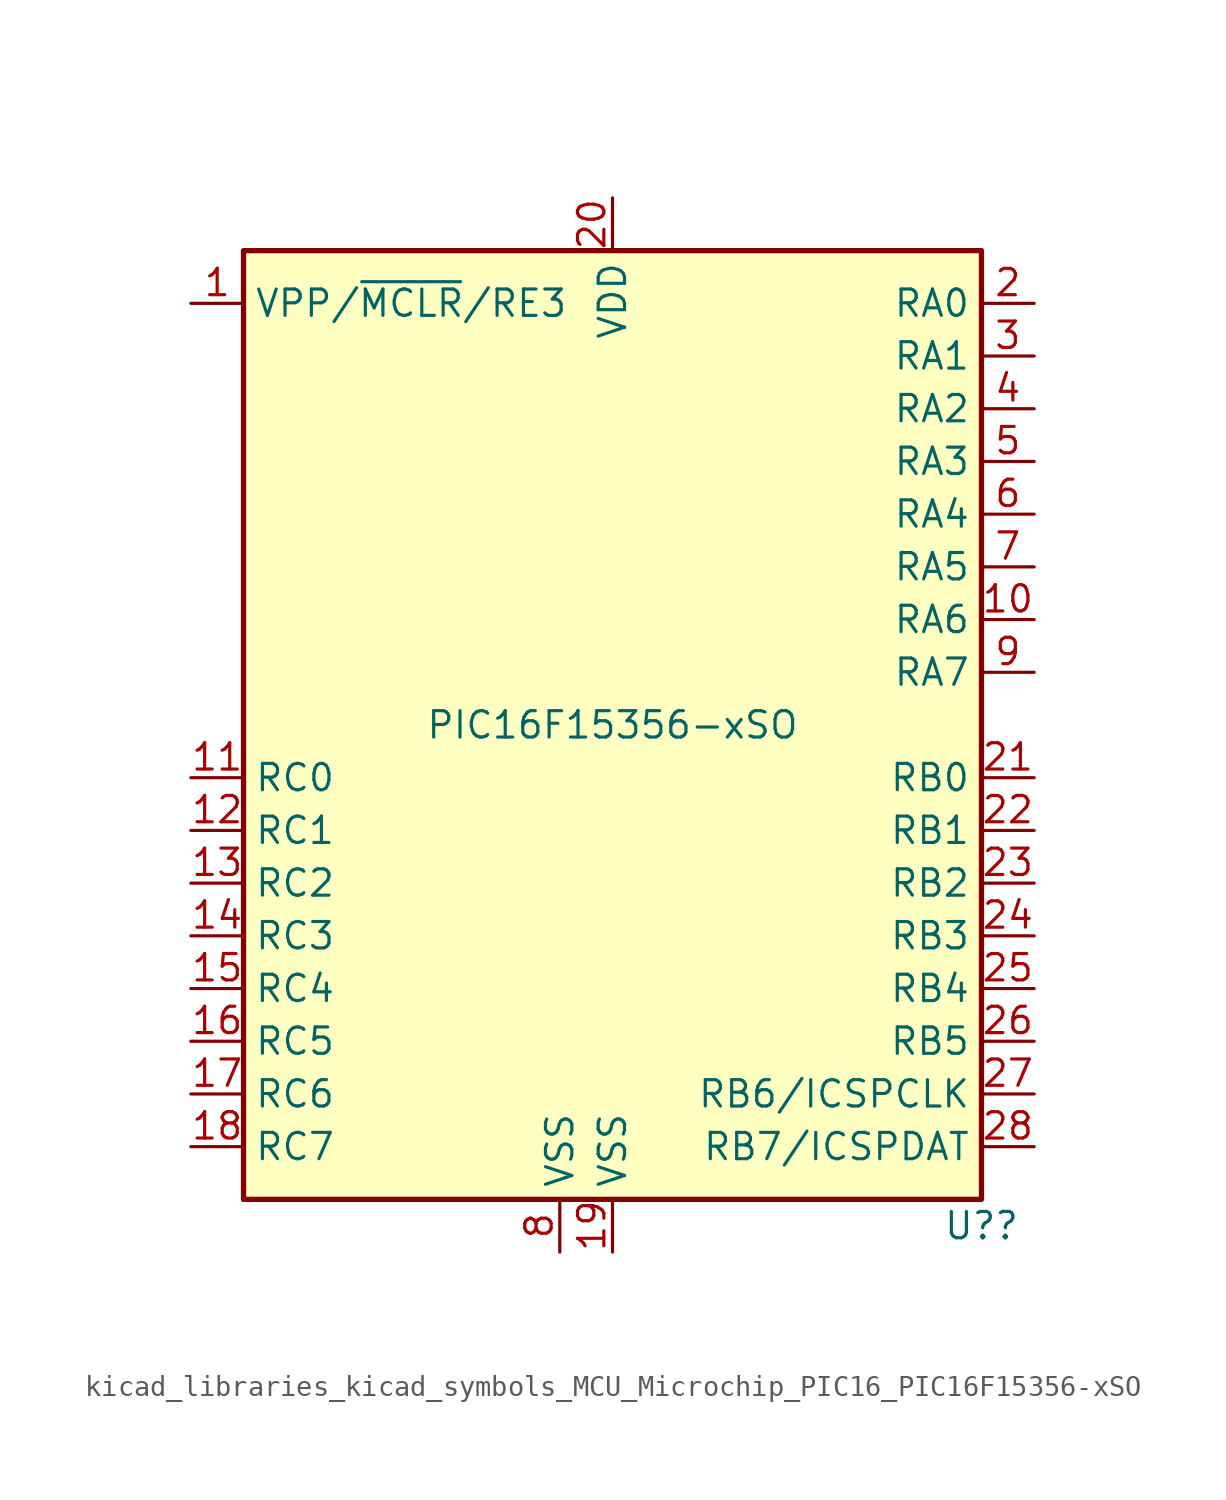
<source format=kicad_sym>
(kicad_symbol_lib
  (version 20220914)
  (generator kicad_symbol_editor)
  (symbol "kicad_libraries_kicad_symbols_MCU_Microchip_PIC16_PIC16F15356-xSO"
    (property "Reference" "U?"
      (at 17.78 -24.13 0)
      (effects (font (size 1.27 1.27))))
    (property "Value" "PIC16F15356-xSO"
      (at 0 0 0)
      (effects (font (size 1.27 1.27))))
    (symbol "kicad_libraries_kicad_symbols_MCU_Microchip_PIC16_PIC16F15356-xSO_0_1"
      (rectangle (start 17.78 22.86) (end -17.78 -22.86) (stroke (width 0.254) (type default)) (fill (type background))))
    (symbol "kicad_libraries_kicad_symbols_MCU_Microchip_PIC16_PIC16F15356-xSO_1_1"
      (pin bidirectional line (at -20.32 20.32 0) (length 2.54) (name "VPP/~{MCLR}/RE3" (effects (font (size 1.27 1.27)))) (number "1" (effects (font (size 1.27 1.27)))))
      (pin bidirectional line (at 20.32 5.08 180) (length 2.54) (name "RA6" (effects (font (size 1.27 1.27)))) (number "10" (effects (font (size 1.27 1.27)))))
      (pin bidirectional line (at -20.32 -2.54 0) (length 2.54) (name "RC0" (effects (font (size 1.27 1.27)))) (number "11" (effects (font (size 1.27 1.27)))))
      (pin bidirectional line (at -20.32 -5.08 0) (length 2.54) (name "RC1" (effects (font (size 1.27 1.27)))) (number "12" (effects (font (size 1.27 1.27)))))
      (pin bidirectional line (at -20.32 -7.62 0) (length 2.54) (name "RC2" (effects (font (size 1.27 1.27)))) (number "13" (effects (font (size 1.27 1.27)))))
      (pin bidirectional line (at -20.32 -10.16 0) (length 2.54) (name "RC3" (effects (font (size 1.27 1.27)))) (number "14" (effects (font (size 1.27 1.27)))))
      (pin bidirectional line (at -20.32 -12.7 0) (length 2.54) (name "RC4" (effects (font (size 1.27 1.27)))) (number "15" (effects (font (size 1.27 1.27)))))
      (pin bidirectional line (at -20.32 -15.24 0) (length 2.54) (name "RC5" (effects (font (size 1.27 1.27)))) (number "16" (effects (font (size 1.27 1.27)))))
      (pin bidirectional line (at -20.32 -17.78 0) (length 2.54) (name "RC6" (effects (font (size 1.27 1.27)))) (number "17" (effects (font (size 1.27 1.27)))))
      (pin bidirectional line (at -20.32 -20.32 0) (length 2.54) (name "RC7" (effects (font (size 1.27 1.27)))) (number "18" (effects (font (size 1.27 1.27)))))
      (pin power_in line (at 0 -25.4 90) (length 2.54) (name "VSS" (effects (font (size 1.27 1.27)))) (number "19" (effects (font (size 1.27 1.27)))))
      (pin bidirectional line (at 20.32 20.32 180) (length 2.54) (name "RA0" (effects (font (size 1.27 1.27)))) (number "2" (effects (font (size 1.27 1.27)))))
      (pin power_in line (at 0 25.4 270) (length 2.54) (name "VDD" (effects (font (size 1.27 1.27)))) (number "20" (effects (font (size 1.27 1.27)))))
      (pin bidirectional line (at 20.32 -2.54 180) (length 2.54) (name "RB0" (effects (font (size 1.27 1.27)))) (number "21" (effects (font (size 1.27 1.27)))))
      (pin bidirectional line (at 20.32 -5.08 180) (length 2.54) (name "RB1" (effects (font (size 1.27 1.27)))) (number "22" (effects (font (size 1.27 1.27)))))
      (pin bidirectional line (at 20.32 -7.62 180) (length 2.54) (name "RB2" (effects (font (size 1.27 1.27)))) (number "23" (effects (font (size 1.27 1.27)))))
      (pin bidirectional line (at 20.32 -10.16 180) (length 2.54) (name "RB3" (effects (font (size 1.27 1.27)))) (number "24" (effects (font (size 1.27 1.27)))))
      (pin bidirectional line (at 20.32 -12.7 180) (length 2.54) (name "RB4" (effects (font (size 1.27 1.27)))) (number "25" (effects (font (size 1.27 1.27)))))
      (pin bidirectional line (at 20.32 -15.24 180) (length 2.54) (name "RB5" (effects (font (size 1.27 1.27)))) (number "26" (effects (font (size 1.27 1.27)))))
      (pin bidirectional line (at 20.32 -17.78 180) (length 2.54) (name "RB6/ICSPCLK" (effects (font (size 1.27 1.27)))) (number "27" (effects (font (size 1.27 1.27)))))
      (pin bidirectional line (at 20.32 -20.32 180) (length 2.54) (name "RB7/ICSPDAT" (effects (font (size 1.27 1.27)))) (number "28" (effects (font (size 1.27 1.27)))))
      (pin bidirectional line (at 20.32 17.78 180) (length 2.54) (name "RA1" (effects (font (size 1.27 1.27)))) (number "3" (effects (font (size 1.27 1.27)))))
      (pin bidirectional line (at 20.32 15.24 180) (length 2.54) (name "RA2" (effects (font (size 1.27 1.27)))) (number "4" (effects (font (size 1.27 1.27)))))
      (pin bidirectional line (at 20.32 12.7 180) (length 2.54) (name "RA3" (effects (font (size 1.27 1.27)))) (number "5" (effects (font (size 1.27 1.27)))))
      (pin bidirectional line (at 20.32 10.16 180) (length 2.54) (name "RA4" (effects (font (size 1.27 1.27)))) (number "6" (effects (font (size 1.27 1.27)))))
      (pin bidirectional line (at 20.32 7.62 180) (length 2.54) (name "RA5" (effects (font (size 1.27 1.27)))) (number "7" (effects (font (size 1.27 1.27)))))
      (pin power_in line (at -2.54 -25.4 90) (length 2.54) (name "VSS" (effects (font (size 1.27 1.27)))) (number "8" (effects (font (size 1.27 1.27)))))
      (pin bidirectional line (at 20.32 2.54 180) (length 2.54) (name "RA7" (effects (font (size 1.27 1.27)))) (number "9" (effects (font (size 1.27 1.27))))))))
</source>
